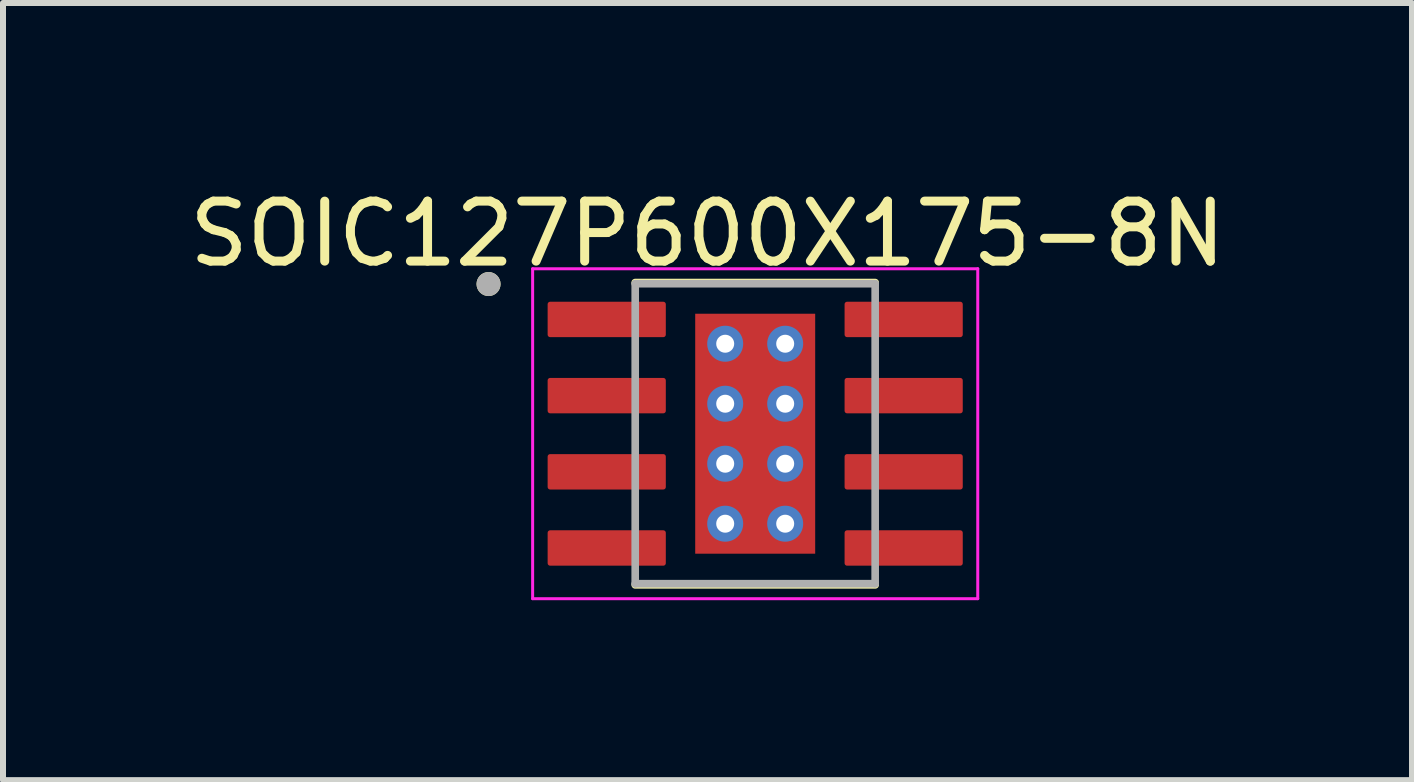
<source format=kicad_pcb>
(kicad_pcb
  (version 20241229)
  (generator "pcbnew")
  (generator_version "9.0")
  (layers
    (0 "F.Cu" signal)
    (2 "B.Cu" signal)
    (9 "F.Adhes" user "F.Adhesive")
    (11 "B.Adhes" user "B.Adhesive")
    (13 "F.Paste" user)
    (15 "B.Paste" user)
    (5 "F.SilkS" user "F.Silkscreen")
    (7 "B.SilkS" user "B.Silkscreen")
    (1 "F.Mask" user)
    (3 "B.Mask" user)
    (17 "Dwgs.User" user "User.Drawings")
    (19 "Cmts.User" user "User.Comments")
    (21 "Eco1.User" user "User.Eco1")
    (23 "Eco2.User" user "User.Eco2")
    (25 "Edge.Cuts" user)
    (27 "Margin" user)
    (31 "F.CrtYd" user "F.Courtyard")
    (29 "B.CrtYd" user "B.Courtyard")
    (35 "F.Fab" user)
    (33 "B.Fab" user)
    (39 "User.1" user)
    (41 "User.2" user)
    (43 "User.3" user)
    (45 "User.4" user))
  (footprint "SOIC127P600X175-8N"
    (layer "F.Cu")
    (at 9.539 4.18)
    (property "Reference" "SOIC127P600X175-8N" (at -0.795 -3.332 0) (layer "F.SilkS") (effects (font (size 1 1) (thickness 0.15))))
    (attr smd)
    (fp_line (start -2 -2.52) (end 2 -2.52) (stroke (width 0.127) (type solid)) (layer "F.SilkS"))
    (fp_line (start -2 2.52) (end 2 2.52) (stroke (width 0.127) (type solid)) (layer "F.SilkS"))
    (fp_circle (center -4.445 -2.495) (end -4.345 -2.495) (stroke (width 0.2) (type solid)) (fill no) (layer "F.SilkS"))
    (fp_line (start -3.71 -2.75) (end -3.71 2.75) (stroke (width 0.05) (type solid)) (layer "F.CrtYd"))
    (fp_line (start -3.71 -2.75) (end 3.71 -2.75) (stroke (width 0.05) (type solid)) (layer "F.CrtYd"))
    (fp_line (start -3.71 2.75) (end 3.71 2.75) (stroke (width 0.05) (type solid)) (layer "F.CrtYd"))
    (fp_line (start 3.71 -2.75) (end 3.71 2.75) (stroke (width 0.05) (type solid)) (layer "F.CrtYd"))
    (fp_line (start -2 -2.5) (end -2 2.5) (stroke (width 0.127) (type solid)) (layer "F.Fab"))
    (fp_line (start -2 -2.5) (end 2 -2.5) (stroke (width 0.127) (type solid)) (layer "F.Fab"))
    (fp_line (start -2 2.5) (end 2 2.5) (stroke (width 0.127) (type solid)) (layer "F.Fab"))
    (fp_line (start 2 -2.5) (end 2 2.5) (stroke (width 0.127) (type solid)) (layer "F.Fab"))
    (fp_circle (center -4.445 -2.495) (end -4.345 -2.495) (stroke (width 0.2) (type solid)) (fill no) (layer "F.Fab"))
    (pad "1" smd roundrect (at -2.475 -1.905) (size 1.97 0.59) (layers "F.Cu" "F.Mask" "F.Paste") (roundrect_rratio 0.07))
    (pad "2" smd roundrect (at -2.475 -0.635) (size 1.97 0.59) (layers "F.Cu" "F.Mask" "F.Paste") (roundrect_rratio 0.07))
    (pad "3" smd roundrect (at -2.475 0.635) (size 1.97 0.59) (layers "F.Cu" "F.Mask" "F.Paste") (roundrect_rratio 0.07))
    (pad "4" smd roundrect (at -2.475 1.905) (size 1.97 0.59) (layers "F.Cu" "F.Mask" "F.Paste") (roundrect_rratio 0.07))
    (pad "5" smd roundrect (at 2.475 1.905) (size 1.97 0.59) (layers "F.Cu" "F.Mask" "F.Paste") (roundrect_rratio 0.07))
    (pad "6" thru_hole circle (at -0.5 -1.5) (size 0.6 0.6) (drill 0.3) (layers "*.Cu" "*.Mask"))
    (pad "6" thru_hole circle (at -0.5 -0.5) (size 0.6 0.6) (drill 0.3) (layers "*.Cu" "*.Mask"))
    (pad "6" thru_hole circle (at -0.5 0.5) (size 0.6 0.6) (drill 0.3) (layers "*.Cu" "*.Mask"))
    (pad "6" thru_hole circle (at -0.5 1.5) (size 0.6 0.6) (drill 0.3) (layers "*.Cu" "*.Mask"))
    (pad "6" smd rect (at 0 0) (size 2 4) (layers "F.Cu" "F.Mask" "F.Paste"))
    (pad "6" thru_hole circle (at 0.5 -1.5) (size 0.6 0.6) (drill 0.3) (layers "*.Cu" "*.Mask"))
    (pad "6" thru_hole circle (at 0.5 -0.5) (size 0.6 0.6) (drill 0.3) (layers "*.Cu" "*.Mask"))
    (pad "6" thru_hole circle (at 0.5 0.5) (size 0.6 0.6) (drill 0.3) (layers "*.Cu" "*.Mask"))
    (pad "6" thru_hole circle (at 0.5 1.5) (size 0.6 0.6) (drill 0.3) (layers "*.Cu" "*.Mask"))
    (pad "6" smd roundrect (at 2.475 0.635) (size 1.97 0.59) (layers "F.Cu" "F.Mask" "F.Paste") (roundrect_rratio 0.07))
    (pad "7" smd roundrect (at 2.475 -0.635) (size 1.97 0.59) (layers "F.Cu" "F.Mask" "F.Paste") (roundrect_rratio 0.07))
    (pad "8" smd roundrect (at 2.475 -1.905) (size 1.97 0.59) (layers "F.Cu" "F.Mask" "F.Paste") (roundrect_rratio 0.07)))
  (gr_rect
    (start -3 -3)
    (end 20.488 9.955)
    (stroke (width 0.1) (type default))
    (fill no)
    (layer "Edge.Cuts")))
</source>
